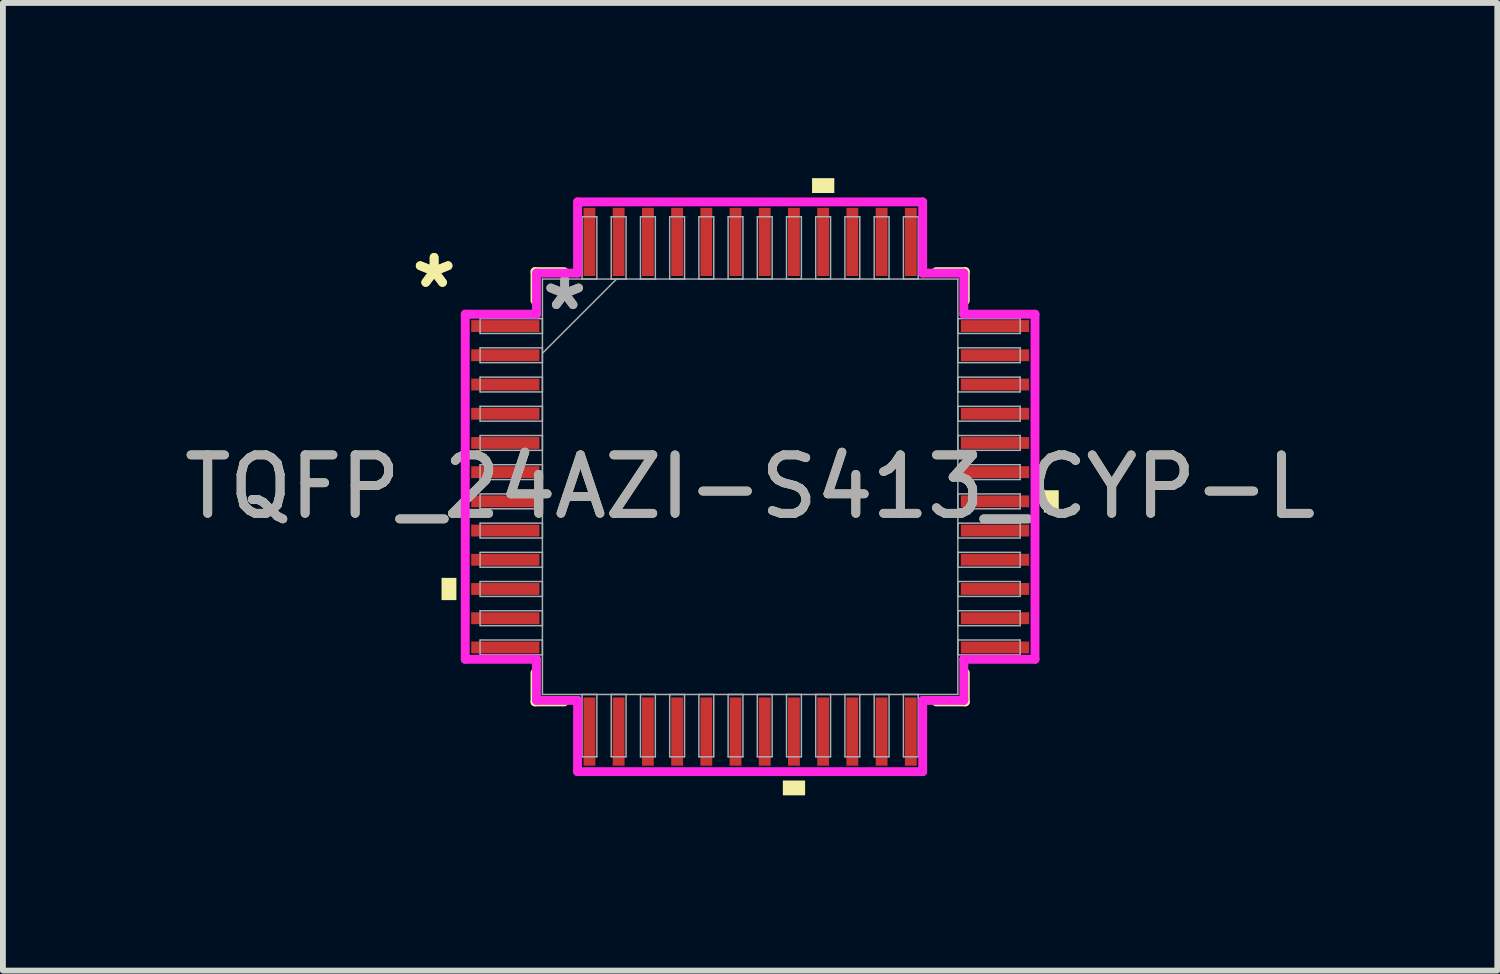
<source format=kicad_pcb>
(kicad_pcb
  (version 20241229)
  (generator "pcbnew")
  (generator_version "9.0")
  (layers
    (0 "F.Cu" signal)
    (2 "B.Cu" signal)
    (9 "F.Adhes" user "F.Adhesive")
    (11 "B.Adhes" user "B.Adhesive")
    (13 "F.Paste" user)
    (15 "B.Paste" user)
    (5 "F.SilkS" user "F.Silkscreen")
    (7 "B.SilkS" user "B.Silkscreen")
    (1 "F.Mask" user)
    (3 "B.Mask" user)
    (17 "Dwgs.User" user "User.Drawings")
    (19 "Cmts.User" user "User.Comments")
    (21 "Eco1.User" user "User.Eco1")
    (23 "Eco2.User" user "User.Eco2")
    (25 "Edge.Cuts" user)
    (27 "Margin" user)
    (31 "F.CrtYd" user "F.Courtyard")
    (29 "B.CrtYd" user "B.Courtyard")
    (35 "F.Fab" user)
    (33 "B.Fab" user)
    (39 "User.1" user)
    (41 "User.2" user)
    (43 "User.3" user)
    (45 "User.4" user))
  (footprint "TQFP_24AZI-S413_CYP-L"
    (layer "F.Cu")
    (at 9.792 5.283)
    (property "Reference" "TQFP_24AZI-S413_CYP-L" (at 0 0 0) (unlocked yes) (layer "F.SilkS") (effects (font (size 1 1) (thickness 0.15))))
    (attr smd)
    (fp_line (start -3.683 -3.683) (end -3.683 -3.185) (stroke (width 0.152) (type solid)) (layer "F.SilkS"))
    (fp_line (start -3.683 3.185) (end -3.683 3.683) (stroke (width 0.152) (type solid)) (layer "F.SilkS"))
    (fp_line (start -3.683 3.683) (end -3.185 3.683) (stroke (width 0.152) (type solid)) (layer "F.SilkS"))
    (fp_line (start -3.185 -3.683) (end -3.683 -3.683) (stroke (width 0.152) (type solid)) (layer "F.SilkS"))
    (fp_line (start 3.185 3.683) (end 3.683 3.683) (stroke (width 0.152) (type solid)) (layer "F.SilkS"))
    (fp_line (start 3.683 -3.683) (end 3.185 -3.683) (stroke (width 0.152) (type solid)) (layer "F.SilkS"))
    (fp_line (start 3.683 -3.185) (end 3.683 -3.683) (stroke (width 0.152) (type solid)) (layer "F.SilkS"))
    (fp_line (start 3.683 3.683) (end 3.683 3.185) (stroke (width 0.152) (type solid)) (layer "F.SilkS"))
    (fp_poly (pts (xy -5.283 1.56) (xy -5.283 1.941) (xy -5.029 1.941) (xy -5.029 1.56)) (stroke (width 0) (type solid)) (fill yes) (layer "F.SilkS"))
    (fp_poly (pts (xy 0.56 5.029) (xy 0.56 5.283) (xy 0.941 5.283) (xy 0.941 5.029)) (stroke (width 0) (type solid)) (fill yes) (layer "F.SilkS"))
    (fp_poly (pts (xy 1.06 -5.029) (xy 1.06 -5.283) (xy 1.441 -5.283) (xy 1.441 -5.029)) (stroke (width 0) (type solid)) (fill yes) (layer "F.SilkS"))
    (fp_poly (pts (xy 5.283 0.06) (xy 5.283 0.441) (xy 5.029 0.441) (xy 5.029 0.06)) (stroke (width 0) (type solid)) (fill yes) (layer "F.SilkS"))
    (fp_line (start -4.877 -2.954) (end -3.658 -2.954) (stroke (width 0.152) (type solid)) (layer "F.CrtYd"))
    (fp_line (start -4.877 2.954) (end -4.877 -2.954) (stroke (width 0.152) (type solid)) (layer "F.CrtYd"))
    (fp_line (start -3.658 -3.658) (end -2.954 -3.658) (stroke (width 0.152) (type solid)) (layer "F.CrtYd"))
    (fp_line (start -3.658 -2.954) (end -3.658 -3.658) (stroke (width 0.152) (type solid)) (layer "F.CrtYd"))
    (fp_line (start -3.658 2.954) (end -4.877 2.954) (stroke (width 0.152) (type solid)) (layer "F.CrtYd"))
    (fp_line (start -3.658 3.658) (end -3.658 2.954) (stroke (width 0.152) (type solid)) (layer "F.CrtYd"))
    (fp_line (start -3.658 3.658) (end -2.954 3.658) (stroke (width 0.152) (type solid)) (layer "F.CrtYd"))
    (fp_line (start -2.954 -4.877) (end 2.954 -4.877) (stroke (width 0.152) (type solid)) (layer "F.CrtYd"))
    (fp_line (start -2.954 -3.658) (end -2.954 -4.877) (stroke (width 0.152) (type solid)) (layer "F.CrtYd"))
    (fp_line (start -2.954 3.658) (end -2.954 4.877) (stroke (width 0.152) (type solid)) (layer "F.CrtYd"))
    (fp_line (start -2.954 4.877) (end 2.954 4.877) (stroke (width 0.152) (type solid)) (layer "F.CrtYd"))
    (fp_line (start 2.954 -4.877) (end 2.954 -3.658) (stroke (width 0.152) (type solid)) (layer "F.CrtYd"))
    (fp_line (start 2.954 -3.658) (end 3.658 -3.658) (stroke (width 0.152) (type solid)) (layer "F.CrtYd"))
    (fp_line (start 2.954 3.658) (end 3.658 3.658) (stroke (width 0.152) (type solid)) (layer "F.CrtYd"))
    (fp_line (start 2.954 4.877) (end 2.954 3.658) (stroke (width 0.152) (type solid)) (layer "F.CrtYd"))
    (fp_line (start 3.658 -2.954) (end 3.658 -3.658) (stroke (width 0.152) (type solid)) (layer "F.CrtYd"))
    (fp_line (start 3.658 2.954) (end 4.877 2.954) (stroke (width 0.152) (type solid)) (layer "F.CrtYd"))
    (fp_line (start 3.658 3.658) (end 3.658 2.954) (stroke (width 0.152) (type solid)) (layer "F.CrtYd"))
    (fp_line (start 4.877 -2.954) (end 3.658 -2.954) (stroke (width 0.152) (type solid)) (layer "F.CrtYd"))
    (fp_line (start 4.877 2.954) (end 4.877 -2.954) (stroke (width 0.152) (type solid)) (layer "F.CrtYd"))
    (fp_line (start -4.623 -2.878) (end -4.623 -2.624) (stroke (width 0.025) (type solid)) (layer "F.Fab"))
    (fp_line (start -4.623 -2.624) (end -3.556 -2.624) (stroke (width 0.025) (type solid)) (layer "F.Fab"))
    (fp_line (start -4.623 -2.378) (end -4.623 -2.124) (stroke (width 0.025) (type solid)) (layer "F.Fab"))
    (fp_line (start -4.623 -2.124) (end -3.556 -2.124) (stroke (width 0.025) (type solid)) (layer "F.Fab"))
    (fp_line (start -4.623 -1.877) (end -4.623 -1.623) (stroke (width 0.025) (type solid)) (layer "F.Fab"))
    (fp_line (start -4.623 -1.623) (end -3.556 -1.623) (stroke (width 0.025) (type solid)) (layer "F.Fab"))
    (fp_line (start -4.623 -1.377) (end -4.623 -1.123) (stroke (width 0.025) (type solid)) (layer "F.Fab"))
    (fp_line (start -4.623 -1.123) (end -3.556 -1.123) (stroke (width 0.025) (type solid)) (layer "F.Fab"))
    (fp_line (start -4.623 -0.877) (end -4.623 -0.623) (stroke (width 0.025) (type solid)) (layer "F.Fab"))
    (fp_line (start -4.623 -0.623) (end -3.556 -0.623) (stroke (width 0.025) (type solid)) (layer "F.Fab"))
    (fp_line (start -4.623 -0.377) (end -4.623 -0.123) (stroke (width 0.025) (type solid)) (layer "F.Fab"))
    (fp_line (start -4.623 -0.123) (end -3.556 -0.123) (stroke (width 0.025) (type solid)) (layer "F.Fab"))
    (fp_line (start -4.623 0.123) (end -4.623 0.377) (stroke (width 0.025) (type solid)) (layer "F.Fab"))
    (fp_line (start -4.623 0.377) (end -3.556 0.377) (stroke (width 0.025) (type solid)) (layer "F.Fab"))
    (fp_line (start -4.623 0.623) (end -4.623 0.877) (stroke (width 0.025) (type solid)) (layer "F.Fab"))
    (fp_line (start -4.623 0.877) (end -3.556 0.877) (stroke (width 0.025) (type solid)) (layer "F.Fab"))
    (fp_line (start -4.623 1.123) (end -4.623 1.377) (stroke (width 0.025) (type solid)) (layer "F.Fab"))
    (fp_line (start -4.623 1.377) (end -3.556 1.377) (stroke (width 0.025) (type solid)) (layer "F.Fab"))
    (fp_line (start -4.623 1.623) (end -4.623 1.877) (stroke (width 0.025) (type solid)) (layer "F.Fab"))
    (fp_line (start -4.623 1.877) (end -3.556 1.877) (stroke (width 0.025) (type solid)) (layer "F.Fab"))
    (fp_line (start -4.623 2.124) (end -4.623 2.378) (stroke (width 0.025) (type solid)) (layer "F.Fab"))
    (fp_line (start -4.623 2.378) (end -3.556 2.378) (stroke (width 0.025) (type solid)) (layer "F.Fab"))
    (fp_line (start -4.623 2.624) (end -4.623 2.878) (stroke (width 0.025) (type solid)) (layer "F.Fab"))
    (fp_line (start -4.623 2.878) (end -3.556 2.878) (stroke (width 0.025) (type solid)) (layer "F.Fab"))
    (fp_line (start -3.556 -3.556) (end -3.556 3.556) (stroke (width 0.025) (type solid)) (layer "F.Fab"))
    (fp_line (start -3.556 -2.878) (end -4.623 -2.878) (stroke (width 0.025) (type solid)) (layer "F.Fab"))
    (fp_line (start -3.556 -2.624) (end -3.556 -2.878) (stroke (width 0.025) (type solid)) (layer "F.Fab"))
    (fp_line (start -3.556 -2.378) (end -4.623 -2.378) (stroke (width 0.025) (type solid)) (layer "F.Fab"))
    (fp_line (start -3.556 -2.286) (end -2.286 -3.556) (stroke (width 0.025) (type solid)) (layer "F.Fab"))
    (fp_line (start -3.556 -2.124) (end -3.556 -2.378) (stroke (width 0.025) (type solid)) (layer "F.Fab"))
    (fp_line (start -3.556 -1.877) (end -4.623 -1.877) (stroke (width 0.025) (type solid)) (layer "F.Fab"))
    (fp_line (start -3.556 -1.623) (end -3.556 -1.877) (stroke (width 0.025) (type solid)) (layer "F.Fab"))
    (fp_line (start -3.556 -1.377) (end -4.623 -1.377) (stroke (width 0.025) (type solid)) (layer "F.Fab"))
    (fp_line (start -3.556 -1.123) (end -3.556 -1.377) (stroke (width 0.025) (type solid)) (layer "F.Fab"))
    (fp_line (start -3.556 -0.877) (end -4.623 -0.877) (stroke (width 0.025) (type solid)) (layer "F.Fab"))
    (fp_line (start -3.556 -0.623) (end -3.556 -0.877) (stroke (width 0.025) (type solid)) (layer "F.Fab"))
    (fp_line (start -3.556 -0.377) (end -4.623 -0.377) (stroke (width 0.025) (type solid)) (layer "F.Fab"))
    (fp_line (start -3.556 -0.123) (end -3.556 -0.377) (stroke (width 0.025) (type solid)) (layer "F.Fab"))
    (fp_line (start -3.556 0.123) (end -4.623 0.123) (stroke (width 0.025) (type solid)) (layer "F.Fab"))
    (fp_line (start -3.556 0.377) (end -3.556 0.123) (stroke (width 0.025) (type solid)) (layer "F.Fab"))
    (fp_line (start -3.556 0.623) (end -4.623 0.623) (stroke (width 0.025) (type solid)) (layer "F.Fab"))
    (fp_line (start -3.556 0.877) (end -3.556 0.623) (stroke (width 0.025) (type solid)) (layer "F.Fab"))
    (fp_line (start -3.556 1.123) (end -4.623 1.123) (stroke (width 0.025) (type solid)) (layer "F.Fab"))
    (fp_line (start -3.556 1.377) (end -3.556 1.123) (stroke (width 0.025) (type solid)) (layer "F.Fab"))
    (fp_line (start -3.556 1.623) (end -4.623 1.623) (stroke (width 0.025) (type solid)) (layer "F.Fab"))
    (fp_line (start -3.556 1.877) (end -3.556 1.623) (stroke (width 0.025) (type solid)) (layer "F.Fab"))
    (fp_line (start -3.556 2.124) (end -4.623 2.124) (stroke (width 0.025) (type solid)) (layer "F.Fab"))
    (fp_line (start -3.556 2.378) (end -3.556 2.124) (stroke (width 0.025) (type solid)) (layer "F.Fab"))
    (fp_line (start -3.556 2.624) (end -4.623 2.624) (stroke (width 0.025) (type solid)) (layer "F.Fab"))
    (fp_line (start -3.556 2.878) (end -3.556 2.624) (stroke (width 0.025) (type solid)) (layer "F.Fab"))
    (fp_line (start -3.556 3.556) (end 3.556 3.556) (stroke (width 0.025) (type solid)) (layer "F.Fab"))
    (fp_line (start -2.878 -4.623) (end -2.878 -3.556) (stroke (width 0.025) (type solid)) (layer "F.Fab"))
    (fp_line (start -2.878 -3.556) (end -2.624 -3.556) (stroke (width 0.025) (type solid)) (layer "F.Fab"))
    (fp_line (start -2.878 3.556) (end -2.878 4.623) (stroke (width 0.025) (type solid)) (layer "F.Fab"))
    (fp_line (start -2.878 4.623) (end -2.624 4.623) (stroke (width 0.025) (type solid)) (layer "F.Fab"))
    (fp_line (start -2.624 -4.623) (end -2.878 -4.623) (stroke (width 0.025) (type solid)) (layer "F.Fab"))
    (fp_line (start -2.624 -3.556) (end -2.624 -4.623) (stroke (width 0.025) (type solid)) (layer "F.Fab"))
    (fp_line (start -2.624 3.556) (end -2.878 3.556) (stroke (width 0.025) (type solid)) (layer "F.Fab"))
    (fp_line (start -2.624 4.623) (end -2.624 3.556) (stroke (width 0.025) (type solid)) (layer "F.Fab"))
    (fp_line (start -2.378 -4.623) (end -2.378 -3.556) (stroke (width 0.025) (type solid)) (layer "F.Fab"))
    (fp_line (start -2.378 -3.556) (end -2.124 -3.556) (stroke (width 0.025) (type solid)) (layer "F.Fab"))
    (fp_line (start -2.378 3.556) (end -2.378 4.623) (stroke (width 0.025) (type solid)) (layer "F.Fab"))
    (fp_line (start -2.378 4.623) (end -2.124 4.623) (stroke (width 0.025) (type solid)) (layer "F.Fab"))
    (fp_line (start -2.124 -4.623) (end -2.378 -4.623) (stroke (width 0.025) (type solid)) (layer "F.Fab"))
    (fp_line (start -2.124 -3.556) (end -2.124 -4.623) (stroke (width 0.025) (type solid)) (layer "F.Fab"))
    (fp_line (start -2.124 3.556) (end -2.378 3.556) (stroke (width 0.025) (type solid)) (layer "F.Fab"))
    (fp_line (start -2.124 4.623) (end -2.124 3.556) (stroke (width 0.025) (type solid)) (layer "F.Fab"))
    (fp_line (start -1.877 -4.623) (end -1.877 -3.556) (stroke (width 0.025) (type solid)) (layer "F.Fab"))
    (fp_line (start -1.877 -3.556) (end -1.623 -3.556) (stroke (width 0.025) (type solid)) (layer "F.Fab"))
    (fp_line (start -1.877 3.556) (end -1.877 4.623) (stroke (width 0.025) (type solid)) (layer "F.Fab"))
    (fp_line (start -1.877 4.623) (end -1.623 4.623) (stroke (width 0.025) (type solid)) (layer "F.Fab"))
    (fp_line (start -1.623 -4.623) (end -1.877 -4.623) (stroke (width 0.025) (type solid)) (layer "F.Fab"))
    (fp_line (start -1.623 -3.556) (end -1.623 -4.623) (stroke (width 0.025) (type solid)) (layer "F.Fab"))
    (fp_line (start -1.623 3.556) (end -1.877 3.556) (stroke (width 0.025) (type solid)) (layer "F.Fab"))
    (fp_line (start -1.623 4.623) (end -1.623 3.556) (stroke (width 0.025) (type solid)) (layer "F.Fab"))
    (fp_line (start -1.377 -4.623) (end -1.377 -3.556) (stroke (width 0.025) (type solid)) (layer "F.Fab"))
    (fp_line (start -1.377 -3.556) (end -1.123 -3.556) (stroke (width 0.025) (type solid)) (layer "F.Fab"))
    (fp_line (start -1.377 3.556) (end -1.377 4.623) (stroke (width 0.025) (type solid)) (layer "F.Fab"))
    (fp_line (start -1.377 4.623) (end -1.123 4.623) (stroke (width 0.025) (type solid)) (layer "F.Fab"))
    (fp_line (start -1.123 -4.623) (end -1.377 -4.623) (stroke (width 0.025) (type solid)) (layer "F.Fab"))
    (fp_line (start -1.123 -3.556) (end -1.123 -4.623) (stroke (width 0.025) (type solid)) (layer "F.Fab"))
    (fp_line (start -1.123 3.556) (end -1.377 3.556) (stroke (width 0.025) (type solid)) (layer "F.Fab"))
    (fp_line (start -1.123 4.623) (end -1.123 3.556) (stroke (width 0.025) (type solid)) (layer "F.Fab"))
    (fp_line (start -0.877 -4.623) (end -0.877 -3.556) (stroke (width 0.025) (type solid)) (layer "F.Fab"))
    (fp_line (start -0.877 -3.556) (end -0.623 -3.556) (stroke (width 0.025) (type solid)) (layer "F.Fab"))
    (fp_line (start -0.877 3.556) (end -0.877 4.623) (stroke (width 0.025) (type solid)) (layer "F.Fab"))
    (fp_line (start -0.877 4.623) (end -0.623 4.623) (stroke (width 0.025) (type solid)) (layer "F.Fab"))
    (fp_line (start -0.623 -4.623) (end -0.877 -4.623) (stroke (width 0.025) (type solid)) (layer "F.Fab"))
    (fp_line (start -0.623 -3.556) (end -0.623 -4.623) (stroke (width 0.025) (type solid)) (layer "F.Fab"))
    (fp_line (start -0.623 3.556) (end -0.877 3.556) (stroke (width 0.025) (type solid)) (layer "F.Fab"))
    (fp_line (start -0.623 4.623) (end -0.623 3.556) (stroke (width 0.025) (type solid)) (layer "F.Fab"))
    (fp_line (start -0.377 -4.623) (end -0.377 -3.556) (stroke (width 0.025) (type solid)) (layer "F.Fab"))
    (fp_line (start -0.377 -3.556) (end -0.123 -3.556) (stroke (width 0.025) (type solid)) (layer "F.Fab"))
    (fp_line (start -0.377 3.556) (end -0.377 4.623) (stroke (width 0.025) (type solid)) (layer "F.Fab"))
    (fp_line (start -0.377 4.623) (end -0.123 4.623) (stroke (width 0.025) (type solid)) (layer "F.Fab"))
    (fp_line (start -0.123 -4.623) (end -0.377 -4.623) (stroke (width 0.025) (type solid)) (layer "F.Fab"))
    (fp_line (start -0.123 -3.556) (end -0.123 -4.623) (stroke (width 0.025) (type solid)) (layer "F.Fab"))
    (fp_line (start -0.123 3.556) (end -0.377 3.556) (stroke (width 0.025) (type solid)) (layer "F.Fab"))
    (fp_line (start -0.123 4.623) (end -0.123 3.556) (stroke (width 0.025) (type solid)) (layer "F.Fab"))
    (fp_line (start 0.123 -4.623) (end 0.123 -3.556) (stroke (width 0.025) (type solid)) (layer "F.Fab"))
    (fp_line (start 0.123 -3.556) (end 0.377 -3.556) (stroke (width 0.025) (type solid)) (layer "F.Fab"))
    (fp_line (start 0.123 3.556) (end 0.123 4.623) (stroke (width 0.025) (type solid)) (layer "F.Fab"))
    (fp_line (start 0.123 4.623) (end 0.377 4.623) (stroke (width 0.025) (type solid)) (layer "F.Fab"))
    (fp_line (start 0.377 -4.623) (end 0.123 -4.623) (stroke (width 0.025) (type solid)) (layer "F.Fab"))
    (fp_line (start 0.377 -3.556) (end 0.377 -4.623) (stroke (width 0.025) (type solid)) (layer "F.Fab"))
    (fp_line (start 0.377 3.556) (end 0.123 3.556) (stroke (width 0.025) (type solid)) (layer "F.Fab"))
    (fp_line (start 0.377 4.623) (end 0.377 3.556) (stroke (width 0.025) (type solid)) (layer "F.Fab"))
    (fp_line (start 0.623 -4.623) (end 0.623 -3.556) (stroke (width 0.025) (type solid)) (layer "F.Fab"))
    (fp_line (start 0.623 -3.556) (end 0.877 -3.556) (stroke (width 0.025) (type solid)) (layer "F.Fab"))
    (fp_line (start 0.623 3.556) (end 0.623 4.623) (stroke (width 0.025) (type solid)) (layer "F.Fab"))
    (fp_line (start 0.623 4.623) (end 0.877 4.623) (stroke (width 0.025) (type solid)) (layer "F.Fab"))
    (fp_line (start 0.877 -4.623) (end 0.623 -4.623) (stroke (width 0.025) (type solid)) (layer "F.Fab"))
    (fp_line (start 0.877 -3.556) (end 0.877 -4.623) (stroke (width 0.025) (type solid)) (layer "F.Fab"))
    (fp_line (start 0.877 3.556) (end 0.623 3.556) (stroke (width 0.025) (type solid)) (layer "F.Fab"))
    (fp_line (start 0.877 4.623) (end 0.877 3.556) (stroke (width 0.025) (type solid)) (layer "F.Fab"))
    (fp_line (start 1.123 -4.623) (end 1.123 -3.556) (stroke (width 0.025) (type solid)) (layer "F.Fab"))
    (fp_line (start 1.123 -3.556) (end 1.377 -3.556) (stroke (width 0.025) (type solid)) (layer "F.Fab"))
    (fp_line (start 1.123 3.556) (end 1.123 4.623) (stroke (width 0.025) (type solid)) (layer "F.Fab"))
    (fp_line (start 1.123 4.623) (end 1.377 4.623) (stroke (width 0.025) (type solid)) (layer "F.Fab"))
    (fp_line (start 1.377 -4.623) (end 1.123 -4.623) (stroke (width 0.025) (type solid)) (layer "F.Fab"))
    (fp_line (start 1.377 -3.556) (end 1.377 -4.623) (stroke (width 0.025) (type solid)) (layer "F.Fab"))
    (fp_line (start 1.377 3.556) (end 1.123 3.556) (stroke (width 0.025) (type solid)) (layer "F.Fab"))
    (fp_line (start 1.377 4.623) (end 1.377 3.556) (stroke (width 0.025) (type solid)) (layer "F.Fab"))
    (fp_line (start 1.623 -4.623) (end 1.623 -3.556) (stroke (width 0.025) (type solid)) (layer "F.Fab"))
    (fp_line (start 1.623 -3.556) (end 1.877 -3.556) (stroke (width 0.025) (type solid)) (layer "F.Fab"))
    (fp_line (start 1.623 3.556) (end 1.623 4.623) (stroke (width 0.025) (type solid)) (layer "F.Fab"))
    (fp_line (start 1.623 4.623) (end 1.877 4.623) (stroke (width 0.025) (type solid)) (layer "F.Fab"))
    (fp_line (start 1.877 -4.623) (end 1.623 -4.623) (stroke (width 0.025) (type solid)) (layer "F.Fab"))
    (fp_line (start 1.877 -3.556) (end 1.877 -4.623) (stroke (width 0.025) (type solid)) (layer "F.Fab"))
    (fp_line (start 1.877 3.556) (end 1.623 3.556) (stroke (width 0.025) (type solid)) (layer "F.Fab"))
    (fp_line (start 1.877 4.623) (end 1.877 3.556) (stroke (width 0.025) (type solid)) (layer "F.Fab"))
    (fp_line (start 2.124 -4.623) (end 2.124 -3.556) (stroke (width 0.025) (type solid)) (layer "F.Fab"))
    (fp_line (start 2.124 -3.556) (end 2.378 -3.556) (stroke (width 0.025) (type solid)) (layer "F.Fab"))
    (fp_line (start 2.124 3.556) (end 2.124 4.623) (stroke (width 0.025) (type solid)) (layer "F.Fab"))
    (fp_line (start 2.124 4.623) (end 2.378 4.623) (stroke (width 0.025) (type solid)) (layer "F.Fab"))
    (fp_line (start 2.378 -4.623) (end 2.124 -4.623) (stroke (width 0.025) (type solid)) (layer "F.Fab"))
    (fp_line (start 2.378 -3.556) (end 2.378 -4.623) (stroke (width 0.025) (type solid)) (layer "F.Fab"))
    (fp_line (start 2.378 3.556) (end 2.124 3.556) (stroke (width 0.025) (type solid)) (layer "F.Fab"))
    (fp_line (start 2.378 4.623) (end 2.378 3.556) (stroke (width 0.025) (type solid)) (layer "F.Fab"))
    (fp_line (start 2.624 -4.623) (end 2.624 -3.556) (stroke (width 0.025) (type solid)) (layer "F.Fab"))
    (fp_line (start 2.624 -3.556) (end 2.878 -3.556) (stroke (width 0.025) (type solid)) (layer "F.Fab"))
    (fp_line (start 2.624 3.556) (end 2.624 4.623) (stroke (width 0.025) (type solid)) (layer "F.Fab"))
    (fp_line (start 2.624 4.623) (end 2.878 4.623) (stroke (width 0.025) (type solid)) (layer "F.Fab"))
    (fp_line (start 2.878 -4.623) (end 2.624 -4.623) (stroke (width 0.025) (type solid)) (layer "F.Fab"))
    (fp_line (start 2.878 -3.556) (end 2.878 -4.623) (stroke (width 0.025) (type solid)) (layer "F.Fab"))
    (fp_line (start 2.878 3.556) (end 2.624 3.556) (stroke (width 0.025) (type solid)) (layer "F.Fab"))
    (fp_line (start 2.878 4.623) (end 2.878 3.556) (stroke (width 0.025) (type solid)) (layer "F.Fab"))
    (fp_line (start 3.556 -3.556) (end -3.556 -3.556) (stroke (width 0.025) (type solid)) (layer "F.Fab"))
    (fp_line (start 3.556 -2.878) (end 3.556 -2.624) (stroke (width 0.025) (type solid)) (layer "F.Fab"))
    (fp_line (start 3.556 -2.624) (end 4.623 -2.624) (stroke (width 0.025) (type solid)) (layer "F.Fab"))
    (fp_line (start 3.556 -2.378) (end 3.556 -2.124) (stroke (width 0.025) (type solid)) (layer "F.Fab"))
    (fp_line (start 3.556 -2.124) (end 4.623 -2.124) (stroke (width 0.025) (type solid)) (layer "F.Fab"))
    (fp_line (start 3.556 -1.877) (end 3.556 -1.623) (stroke (width 0.025) (type solid)) (layer "F.Fab"))
    (fp_line (start 3.556 -1.623) (end 4.623 -1.623) (stroke (width 0.025) (type solid)) (layer "F.Fab"))
    (fp_line (start 3.556 -1.377) (end 3.556 -1.123) (stroke (width 0.025) (type solid)) (layer "F.Fab"))
    (fp_line (start 3.556 -1.123) (end 4.623 -1.123) (stroke (width 0.025) (type solid)) (layer "F.Fab"))
    (fp_line (start 3.556 -0.877) (end 3.556 -0.623) (stroke (width 0.025) (type solid)) (layer "F.Fab"))
    (fp_line (start 3.556 -0.623) (end 4.623 -0.623) (stroke (width 0.025) (type solid)) (layer "F.Fab"))
    (fp_line (start 3.556 -0.377) (end 3.556 -0.123) (stroke (width 0.025) (type solid)) (layer "F.Fab"))
    (fp_line (start 3.556 -0.123) (end 4.623 -0.123) (stroke (width 0.025) (type solid)) (layer "F.Fab"))
    (fp_line (start 3.556 0.123) (end 3.556 0.377) (stroke (width 0.025) (type solid)) (layer "F.Fab"))
    (fp_line (start 3.556 0.377) (end 4.623 0.377) (stroke (width 0.025) (type solid)) (layer "F.Fab"))
    (fp_line (start 3.556 0.623) (end 3.556 0.877) (stroke (width 0.025) (type solid)) (layer "F.Fab"))
    (fp_line (start 3.556 0.877) (end 4.623 0.877) (stroke (width 0.025) (type solid)) (layer "F.Fab"))
    (fp_line (start 3.556 1.123) (end 3.556 1.377) (stroke (width 0.025) (type solid)) (layer "F.Fab"))
    (fp_line (start 3.556 1.377) (end 4.623 1.377) (stroke (width 0.025) (type solid)) (layer "F.Fab"))
    (fp_line (start 3.556 1.623) (end 3.556 1.877) (stroke (width 0.025) (type solid)) (layer "F.Fab"))
    (fp_line (start 3.556 1.877) (end 4.623 1.877) (stroke (width 0.025) (type solid)) (layer "F.Fab"))
    (fp_line (start 3.556 2.124) (end 3.556 2.378) (stroke (width 0.025) (type solid)) (layer "F.Fab"))
    (fp_line (start 3.556 2.378) (end 4.623 2.378) (stroke (width 0.025) (type solid)) (layer "F.Fab"))
    (fp_line (start 3.556 2.624) (end 3.556 2.878) (stroke (width 0.025) (type solid)) (layer "F.Fab"))
    (fp_line (start 3.556 2.878) (end 4.623 2.878) (stroke (width 0.025) (type solid)) (layer "F.Fab"))
    (fp_line (start 3.556 3.556) (end 3.556 -3.556) (stroke (width 0.025) (type solid)) (layer "F.Fab"))
    (fp_line (start 4.623 -2.878) (end 3.556 -2.878) (stroke (width 0.025) (type solid)) (layer "F.Fab"))
    (fp_line (start 4.623 -2.624) (end 4.623 -2.878) (stroke (width 0.025) (type solid)) (layer "F.Fab"))
    (fp_line (start 4.623 -2.378) (end 3.556 -2.378) (stroke (width 0.025) (type solid)) (layer "F.Fab"))
    (fp_line (start 4.623 -2.124) (end 4.623 -2.378) (stroke (width 0.025) (type solid)) (layer "F.Fab"))
    (fp_line (start 4.623 -1.877) (end 3.556 -1.877) (stroke (width 0.025) (type solid)) (layer "F.Fab"))
    (fp_line (start 4.623 -1.623) (end 4.623 -1.877) (stroke (width 0.025) (type solid)) (layer "F.Fab"))
    (fp_line (start 4.623 -1.377) (end 3.556 -1.377) (stroke (width 0.025) (type solid)) (layer "F.Fab"))
    (fp_line (start 4.623 -1.123) (end 4.623 -1.377) (stroke (width 0.025) (type solid)) (layer "F.Fab"))
    (fp_line (start 4.623 -0.877) (end 3.556 -0.877) (stroke (width 0.025) (type solid)) (layer "F.Fab"))
    (fp_line (start 4.623 -0.623) (end 4.623 -0.877) (stroke (width 0.025) (type solid)) (layer "F.Fab"))
    (fp_line (start 4.623 -0.377) (end 3.556 -0.377) (stroke (width 0.025) (type solid)) (layer "F.Fab"))
    (fp_line (start 4.623 -0.123) (end 4.623 -0.377) (stroke (width 0.025) (type solid)) (layer "F.Fab"))
    (fp_line (start 4.623 0.123) (end 3.556 0.123) (stroke (width 0.025) (type solid)) (layer "F.Fab"))
    (fp_line (start 4.623 0.377) (end 4.623 0.123) (stroke (width 0.025) (type solid)) (layer "F.Fab"))
    (fp_line (start 4.623 0.623) (end 3.556 0.623) (stroke (width 0.025) (type solid)) (layer "F.Fab"))
    (fp_line (start 4.623 0.877) (end 4.623 0.623) (stroke (width 0.025) (type solid)) (layer "F.Fab"))
    (fp_line (start 4.623 1.123) (end 3.556 1.123) (stroke (width 0.025) (type solid)) (layer "F.Fab"))
    (fp_line (start 4.623 1.377) (end 4.623 1.123) (stroke (width 0.025) (type solid)) (layer "F.Fab"))
    (fp_line (start 4.623 1.623) (end 3.556 1.623) (stroke (width 0.025) (type solid)) (layer "F.Fab"))
    (fp_line (start 4.623 1.877) (end 4.623 1.623) (stroke (width 0.025) (type solid)) (layer "F.Fab"))
    (fp_line (start 4.623 2.124) (end 3.556 2.124) (stroke (width 0.025) (type solid)) (layer "F.Fab"))
    (fp_line (start 4.623 2.378) (end 4.623 2.124) (stroke (width 0.025) (type solid)) (layer "F.Fab"))
    (fp_line (start 4.623 2.624) (end 3.556 2.624) (stroke (width 0.025) (type solid)) (layer "F.Fab"))
    (fp_line (start 4.623 2.878) (end 4.623 2.624) (stroke (width 0.025) (type solid)) (layer "F.Fab"))
    (fp_text user "*" (at -5.41 -3.382 0) (layer "F.SilkS") (effects (font (size 1 1) (thickness 0.15))))
    (fp_text user "*" (at -5.41 -3.382 0) (unlocked yes) (layer "F.SilkS") (effects (font (size 1 1) (thickness 0.15))))
    (fp_text user "${REFERENCE}" (at 0 0 0) (unlocked yes) (layer "F.Fab") (effects (font (size 1 1) (thickness 0.15))))
    (fp_text user "*" (at -3.175 -3.001 0) (layer "F.Fab") (effects (font (size 1 1) (thickness 0.15))))
    (fp_text user "*" (at -3.175 -3.001 0) (unlocked yes) (layer "F.Fab") (effects (font (size 1 1) (thickness 0.15))))
    (pad "1" smd rect (at -4.191 -2.751 90) (size 0.203 1.168) (layers "F.Cu" "F.Mask" "F.Paste"))
    (pad "2" smd rect (at -4.191 -2.251 90) (size 0.203 1.168) (layers "F.Cu" "F.Mask" "F.Paste"))
    (pad "3" smd rect (at -4.191 -1.75 90) (size 0.203 1.168) (layers "F.Cu" "F.Mask" "F.Paste"))
    (pad "4" smd rect (at -4.191 -1.25 90) (size 0.203 1.168) (layers "F.Cu" "F.Mask" "F.Paste"))
    (pad "5" smd rect (at -4.191 -0.75 90) (size 0.203 1.168) (layers "F.Cu" "F.Mask" "F.Paste"))
    (pad "6" smd rect (at -4.191 -0.25 90) (size 0.203 1.168) (layers "F.Cu" "F.Mask" "F.Paste"))
    (pad "7" smd rect (at -4.191 0.25 90) (size 0.203 1.168) (layers "F.Cu" "F.Mask" "F.Paste"))
    (pad "8" smd rect (at -4.191 0.75 90) (size 0.203 1.168) (layers "F.Cu" "F.Mask" "F.Paste"))
    (pad "9" smd rect (at -4.191 1.25 90) (size 0.203 1.168) (layers "F.Cu" "F.Mask" "F.Paste"))
    (pad "10" smd rect (at -4.191 1.75 90) (size 0.203 1.168) (layers "F.Cu" "F.Mask" "F.Paste"))
    (pad "11" smd rect (at -4.191 2.251 90) (size 0.203 1.168) (layers "F.Cu" "F.Mask" "F.Paste"))
    (pad "12" smd rect (at -4.191 2.751 90) (size 0.203 1.168) (layers "F.Cu" "F.Mask" "F.Paste"))
    (pad "13" smd rect (at -2.751 4.191) (size 0.203 1.168) (layers "F.Cu" "F.Mask" "F.Paste"))
    (pad "14" smd rect (at -2.251 4.191) (size 0.203 1.168) (layers "F.Cu" "F.Mask" "F.Paste"))
    (pad "15" smd rect (at -1.75 4.191) (size 0.203 1.168) (layers "F.Cu" "F.Mask" "F.Paste"))
    (pad "16" smd rect (at -1.25 4.191) (size 0.203 1.168) (layers "F.Cu" "F.Mask" "F.Paste"))
    (pad "17" smd rect (at -0.75 4.191) (size 0.203 1.168) (layers "F.Cu" "F.Mask" "F.Paste"))
    (pad "18" smd rect (at -0.25 4.191) (size 0.203 1.168) (layers "F.Cu" "F.Mask" "F.Paste"))
    (pad "19" smd rect (at 0.25 4.191) (size 0.203 1.168) (layers "F.Cu" "F.Mask" "F.Paste"))
    (pad "20" smd rect (at 0.75 4.191) (size 0.203 1.168) (layers "F.Cu" "F.Mask" "F.Paste"))
    (pad "21" smd rect (at 1.25 4.191) (size 0.203 1.168) (layers "F.Cu" "F.Mask" "F.Paste"))
    (pad "22" smd rect (at 1.75 4.191) (size 0.203 1.168) (layers "F.Cu" "F.Mask" "F.Paste"))
    (pad "23" smd rect (at 2.251 4.191) (size 0.203 1.168) (layers "F.Cu" "F.Mask" "F.Paste"))
    (pad "24" smd rect (at 2.751 4.191) (size 0.203 1.168) (layers "F.Cu" "F.Mask" "F.Paste"))
    (pad "25" smd rect (at 4.191 2.751 90) (size 0.203 1.168) (layers "F.Cu" "F.Mask" "F.Paste"))
    (pad "26" smd rect (at 4.191 2.251 90) (size 0.203 1.168) (layers "F.Cu" "F.Mask" "F.Paste"))
    (pad "27" smd rect (at 4.191 1.75 90) (size 0.203 1.168) (layers "F.Cu" "F.Mask" "F.Paste"))
    (pad "28" smd rect (at 4.191 1.25 90) (size 0.203 1.168) (layers "F.Cu" "F.Mask" "F.Paste"))
    (pad "29" smd rect (at 4.191 0.75 90) (size 0.203 1.168) (layers "F.Cu" "F.Mask" "F.Paste"))
    (pad "30" smd rect (at 4.191 0.25 90) (size 0.203 1.168) (layers "F.Cu" "F.Mask" "F.Paste"))
    (pad "31" smd rect (at 4.191 -0.25 90) (size 0.203 1.168) (layers "F.Cu" "F.Mask" "F.Paste"))
    (pad "32" smd rect (at 4.191 -0.75 90) (size 0.203 1.168) (layers "F.Cu" "F.Mask" "F.Paste"))
    (pad "33" smd rect (at 4.191 -1.25 90) (size 0.203 1.168) (layers "F.Cu" "F.Mask" "F.Paste"))
    (pad "34" smd rect (at 4.191 -1.75 90) (size 0.203 1.168) (layers "F.Cu" "F.Mask" "F.Paste"))
    (pad "35" smd rect (at 4.191 -2.251 90) (size 0.203 1.168) (layers "F.Cu" "F.Mask" "F.Paste"))
    (pad "36" smd rect (at 4.191 -2.751 90) (size 0.203 1.168) (layers "F.Cu" "F.Mask" "F.Paste"))
    (pad "37" smd rect (at 2.751 -4.191) (size 0.203 1.168) (layers "F.Cu" "F.Mask" "F.Paste"))
    (pad "38" smd rect (at 2.251 -4.191) (size 0.203 1.168) (layers "F.Cu" "F.Mask" "F.Paste"))
    (pad "39" smd rect (at 1.75 -4.191) (size 0.203 1.168) (layers "F.Cu" "F.Mask" "F.Paste"))
    (pad "40" smd rect (at 1.25 -4.191) (size 0.203 1.168) (layers "F.Cu" "F.Mask" "F.Paste"))
    (pad "41" smd rect (at 0.75 -4.191) (size 0.203 1.168) (layers "F.Cu" "F.Mask" "F.Paste"))
    (pad "42" smd rect (at 0.25 -4.191) (size 0.203 1.168) (layers "F.Cu" "F.Mask" "F.Paste"))
    (pad "43" smd rect (at -0.25 -4.191) (size 0.203 1.168) (layers "F.Cu" "F.Mask" "F.Paste"))
    (pad "44" smd rect (at -0.75 -4.191) (size 0.203 1.168) (layers "F.Cu" "F.Mask" "F.Paste"))
    (pad "45" smd rect (at -1.25 -4.191) (size 0.203 1.168) (layers "F.Cu" "F.Mask" "F.Paste"))
    (pad "46" smd rect (at -1.75 -4.191) (size 0.203 1.168) (layers "F.Cu" "F.Mask" "F.Paste"))
    (pad "47" smd rect (at -2.251 -4.191) (size 0.203 1.168) (layers "F.Cu" "F.Mask" "F.Paste"))
    (pad "48" smd rect (at -2.751 -4.191) (size 0.203 1.168) (layers "F.Cu" "F.Mask" "F.Paste")))
  (gr_rect
    (start -3 -3)
    (end 22.583 13.566)
    (stroke (width 0.1) (type default))
    (fill no)
    (layer "Edge.Cuts")))
</source>
